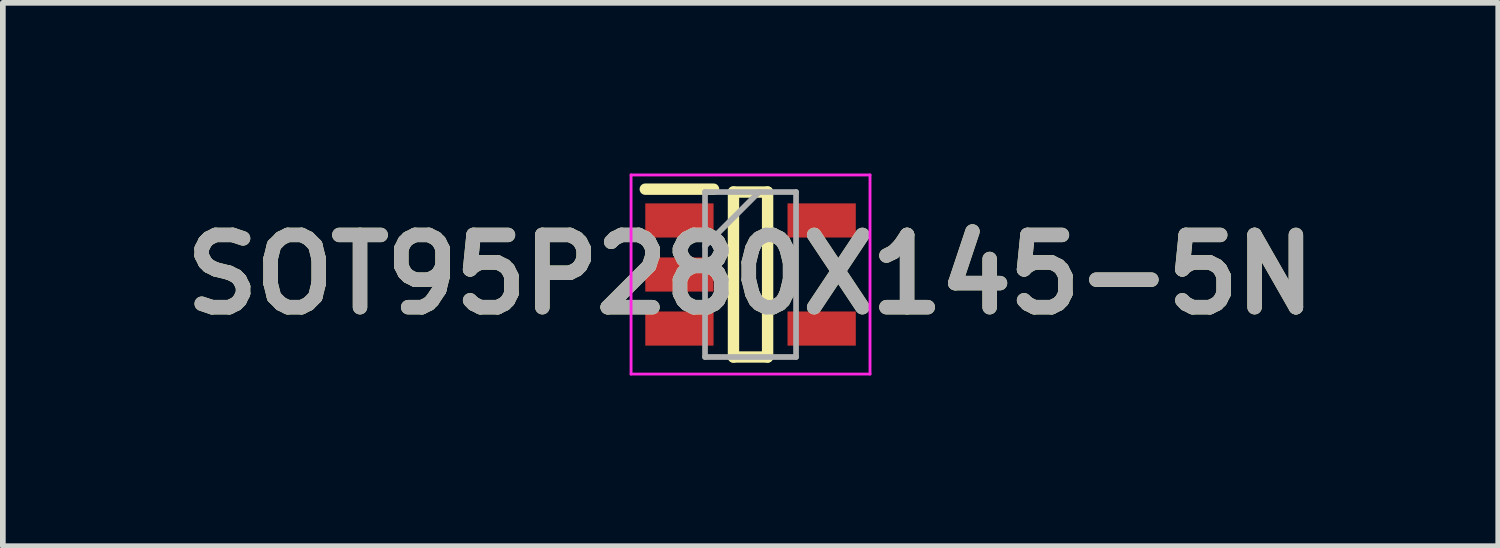
<source format=kicad_pcb>
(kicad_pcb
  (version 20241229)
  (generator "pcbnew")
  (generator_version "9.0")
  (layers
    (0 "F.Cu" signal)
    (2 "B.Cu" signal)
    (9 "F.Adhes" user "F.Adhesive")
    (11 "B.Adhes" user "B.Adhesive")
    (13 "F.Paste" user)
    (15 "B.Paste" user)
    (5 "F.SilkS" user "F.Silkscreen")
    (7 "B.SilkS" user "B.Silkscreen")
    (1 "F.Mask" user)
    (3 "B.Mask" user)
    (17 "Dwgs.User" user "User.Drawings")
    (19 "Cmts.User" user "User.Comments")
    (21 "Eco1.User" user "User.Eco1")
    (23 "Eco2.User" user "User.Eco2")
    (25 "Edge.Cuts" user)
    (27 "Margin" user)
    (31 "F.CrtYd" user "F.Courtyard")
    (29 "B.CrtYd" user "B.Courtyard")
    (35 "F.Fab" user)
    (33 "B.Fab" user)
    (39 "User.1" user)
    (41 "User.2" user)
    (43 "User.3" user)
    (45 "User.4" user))
  (footprint "SOT95P280X145-5N"
    (layer "F.Cu")
    (at 10.142 1.775)
    (property "Reference" "SOT95P280X145-5N" (at 0 0 0) (layer "F.SilkS") (effects (font (size 1.27 1.27) (thickness 0.254))))
    (attr smd)
    (fp_line (start -1.85 -1.5) (end -0.65 -1.5) (stroke (width 0.2) (type solid)) (layer "F.SilkS"))
    (fp_line (start -0.3 -1.45) (end 0.3 -1.45) (stroke (width 0.2) (type solid)) (layer "F.SilkS"))
    (fp_line (start -0.3 1.45) (end -0.3 -1.45) (stroke (width 0.2) (type solid)) (layer "F.SilkS"))
    (fp_line (start 0.3 -1.45) (end 0.3 1.45) (stroke (width 0.2) (type solid)) (layer "F.SilkS"))
    (fp_line (start 0.3 1.45) (end -0.3 1.45) (stroke (width 0.2) (type solid)) (layer "F.SilkS"))
    (fp_line (start -2.1 -1.75) (end 2.1 -1.75) (stroke (width 0.05) (type solid)) (layer "F.CrtYd"))
    (fp_line (start -2.1 1.75) (end -2.1 -1.75) (stroke (width 0.05) (type solid)) (layer "F.CrtYd"))
    (fp_line (start 2.1 -1.75) (end 2.1 1.75) (stroke (width 0.05) (type solid)) (layer "F.CrtYd"))
    (fp_line (start 2.1 1.75) (end -2.1 1.75) (stroke (width 0.05) (type solid)) (layer "F.CrtYd"))
    (fp_line (start -0.8 -1.45) (end 0.8 -1.45) (stroke (width 0.1) (type solid)) (layer "F.Fab"))
    (fp_line (start -0.8 -0.5) (end 0.15 -1.45) (stroke (width 0.1) (type solid)) (layer "F.Fab"))
    (fp_line (start -0.8 1.45) (end -0.8 -1.45) (stroke (width 0.1) (type solid)) (layer "F.Fab"))
    (fp_line (start 0.8 -1.45) (end 0.8 1.45) (stroke (width 0.1) (type solid)) (layer "F.Fab"))
    (fp_line (start 0.8 1.45) (end -0.8 1.45) (stroke (width 0.1) (type solid)) (layer "F.Fab"))
    (fp_text user "${REFERENCE}" (at 0 0 0) (layer "F.Fab") (effects (font (size 1.27 1.27) (thickness 0.254))))
    (pad "1" smd rect (at -1.25 -0.95 90) (size 0.6 1.2) (layers "F.Cu" "F.Mask" "F.Paste"))
    (pad "2" smd rect (at -1.25 0 90) (size 0.6 1.2) (layers "F.Cu" "F.Mask" "F.Paste"))
    (pad "3" smd rect (at -1.25 0.95 90) (size 0.6 1.2) (layers "F.Cu" "F.Mask" "F.Paste"))
    (pad "4" smd rect (at 1.25 0.95 90) (size 0.6 1.2) (layers "F.Cu" "F.Mask" "F.Paste"))
    (pad "5" smd rect (at 1.25 -0.95 90) (size 0.6 1.2) (layers "F.Cu" "F.Mask" "F.Paste")))
  (gr_rect
    (start -3 -3)
    (end 23.284 6.55)
    (stroke (width 0.1) (type default))
    (fill no)
    (layer "Edge.Cuts")))
</source>
